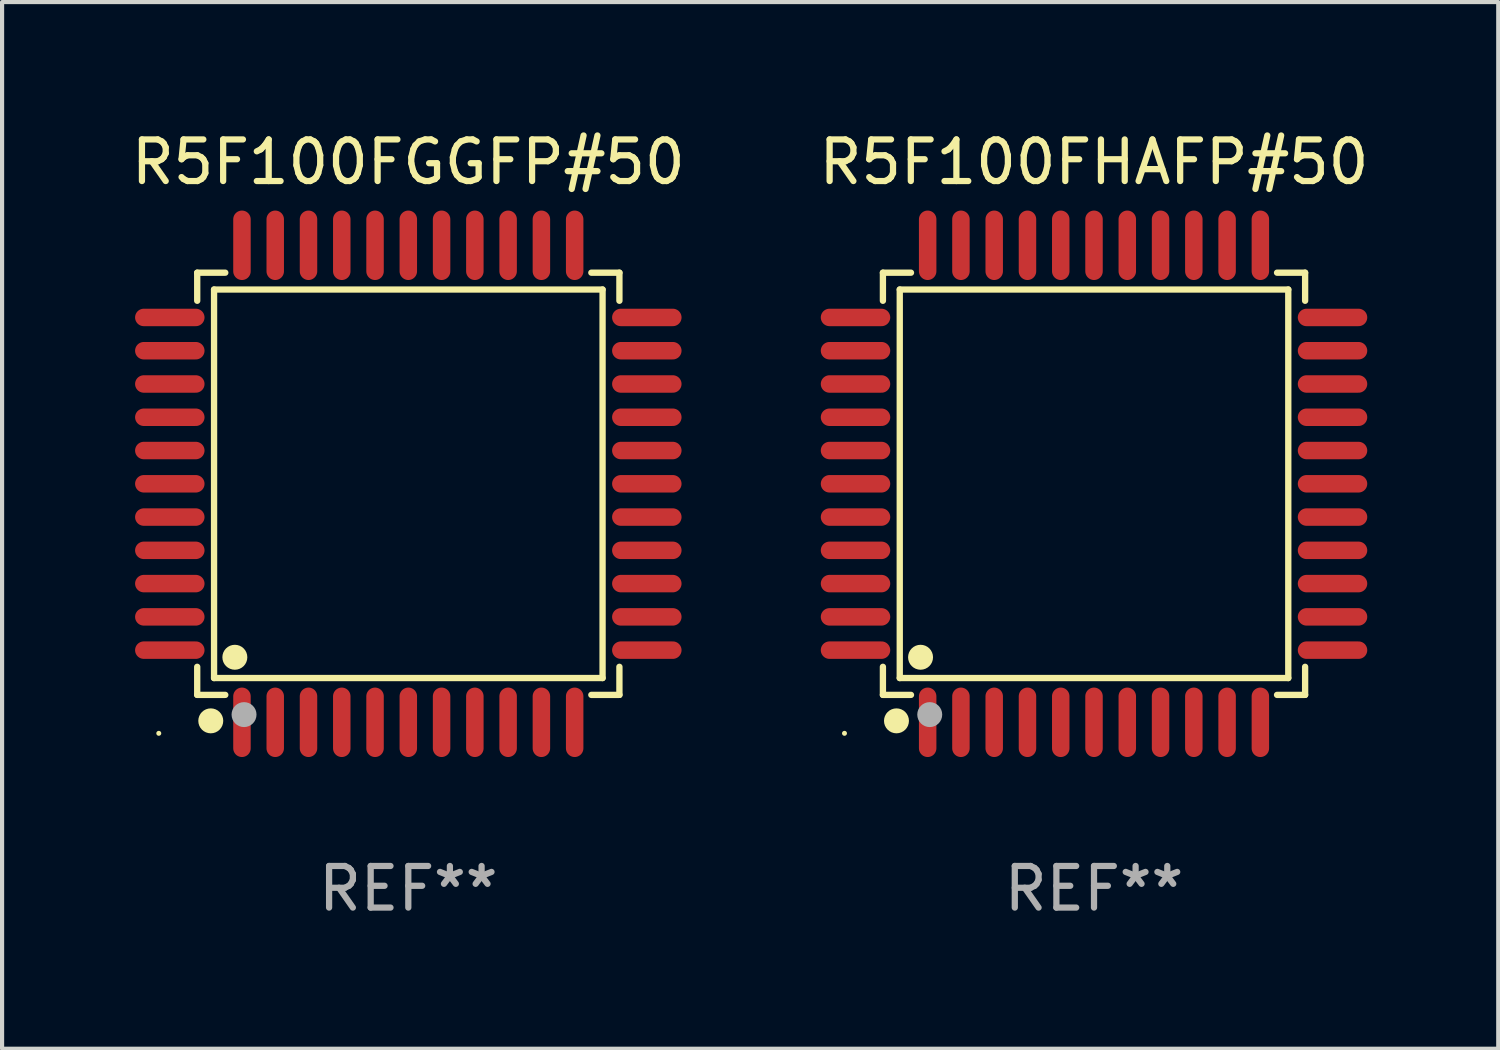
<source format=kicad_pcb>
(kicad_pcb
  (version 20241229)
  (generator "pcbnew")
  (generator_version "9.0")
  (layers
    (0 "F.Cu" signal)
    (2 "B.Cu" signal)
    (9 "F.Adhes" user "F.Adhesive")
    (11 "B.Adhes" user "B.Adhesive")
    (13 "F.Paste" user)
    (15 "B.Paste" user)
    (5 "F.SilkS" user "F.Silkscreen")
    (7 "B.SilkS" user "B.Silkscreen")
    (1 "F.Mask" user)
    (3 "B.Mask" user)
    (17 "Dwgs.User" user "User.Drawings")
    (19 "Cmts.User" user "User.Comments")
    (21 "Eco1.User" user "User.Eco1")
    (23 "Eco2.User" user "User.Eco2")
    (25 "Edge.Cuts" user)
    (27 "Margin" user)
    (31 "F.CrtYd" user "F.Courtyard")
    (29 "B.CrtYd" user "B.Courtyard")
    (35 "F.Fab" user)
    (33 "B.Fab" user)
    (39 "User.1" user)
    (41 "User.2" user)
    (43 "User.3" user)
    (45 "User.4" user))
  (footprint "R5F100FHAFP#50"
    (layer "F.Cu")
    (at 23.256 8.583)
    (property "Reference" "R5F100FHAFP#50" (at 0 -7.735 0) (layer "F.SilkS") (effects (font (size 1 1) (thickness 0.15))))
    (attr through_hole)
    (fp_line (start -5.076 -5.076) (end -4.401 -5.076) (stroke (width 0.152) (type solid)) (layer "F.SilkS"))
    (fp_line (start -5.076 -4.401) (end -5.076 -5.076) (stroke (width 0.152) (type solid)) (layer "F.SilkS"))
    (fp_line (start -5.076 4.401) (end -5.076 5.076) (stroke (width 0.152) (type solid)) (layer "F.SilkS"))
    (fp_line (start -5.076 5.076) (end -4.401 5.076) (stroke (width 0.152) (type solid)) (layer "F.SilkS"))
    (fp_line (start -4.671 -4.671) (end 4.671 -4.671) (stroke (width 0.152) (type solid)) (layer "F.SilkS"))
    (fp_line (start -4.671 4.671) (end -4.671 -4.671) (stroke (width 0.152) (type solid)) (layer "F.SilkS"))
    (fp_line (start 4.671 -4.671) (end 4.671 4.671) (stroke (width 0.152) (type solid)) (layer "F.SilkS"))
    (fp_line (start 4.671 4.671) (end -4.671 4.671) (stroke (width 0.152) (type solid)) (layer "F.SilkS"))
    (fp_line (start 5.076 -5.076) (end 4.401 -5.076) (stroke (width 0.152) (type solid)) (layer "F.SilkS"))
    (fp_line (start 5.076 -4.401) (end 5.076 -5.076) (stroke (width 0.152) (type solid)) (layer "F.SilkS"))
    (fp_line (start 5.076 4.401) (end 5.076 5.076) (stroke (width 0.152) (type solid)) (layer "F.SilkS"))
    (fp_line (start 5.076 5.076) (end 4.401 5.076) (stroke (width 0.152) (type solid)) (layer "F.SilkS"))
    (fp_circle (center -6 6) (end -5.97 6) (stroke (width 0.06) (type solid)) (fill no) (layer "F.SilkS"))
    (fp_circle (center -4.75 5.7) (end -4.6 5.7) (stroke (width 0.3) (type solid)) (fill no) (layer "F.SilkS"))
    (fp_circle (center -4.171 4.171) (end -4.021 4.171) (stroke (width 0.3) (type solid)) (fill no) (layer "F.SilkS"))
    (fp_circle (center -3.95 5.55) (end -3.8 5.55) (stroke (width 0.3) (type solid)) (fill no) (layer "F.Fab"))
    (fp_text user "REF**" (at 0 9.735 0) (layer "F.Fab") (effects (font (size 1 1) (thickness 0.15))))
    (pad "1" smd oval (at -4 5.735) (size 0.42 1.67) (layers "F.Cu" "F.Mask" "F.Paste"))
    (pad "2" smd oval (at -3.2 5.735) (size 0.42 1.67) (layers "F.Cu" "F.Mask" "F.Paste"))
    (pad "3" smd oval (at -2.4 5.735) (size 0.42 1.67) (layers "F.Cu" "F.Mask" "F.Paste"))
    (pad "4" smd oval (at -1.6 5.735) (size 0.42 1.67) (layers "F.Cu" "F.Mask" "F.Paste"))
    (pad "5" smd oval (at -0.8 5.735) (size 0.42 1.67) (layers "F.Cu" "F.Mask" "F.Paste"))
    (pad "6" smd oval (at 0 5.735) (size 0.42 1.67) (layers "F.Cu" "F.Mask" "F.Paste"))
    (pad "7" smd oval (at 0.8 5.735) (size 0.42 1.67) (layers "F.Cu" "F.Mask" "F.Paste"))
    (pad "8" smd oval (at 1.6 5.735) (size 0.42 1.67) (layers "F.Cu" "F.Mask" "F.Paste"))
    (pad "9" smd oval (at 2.4 5.735) (size 0.42 1.67) (layers "F.Cu" "F.Mask" "F.Paste"))
    (pad "10" smd oval (at 3.2 5.735) (size 0.42 1.67) (layers "F.Cu" "F.Mask" "F.Paste"))
    (pad "11" smd oval (at 4 5.735) (size 0.42 1.67) (layers "F.Cu" "F.Mask" "F.Paste"))
    (pad "12" smd oval (at 5.735 4) (size 1.67 0.42) (layers "F.Cu" "F.Mask" "F.Paste"))
    (pad "13" smd oval (at 5.735 3.2) (size 1.67 0.42) (layers "F.Cu" "F.Mask" "F.Paste"))
    (pad "14" smd oval (at 5.735 2.4) (size 1.67 0.42) (layers "F.Cu" "F.Mask" "F.Paste"))
    (pad "15" smd oval (at 5.735 1.6) (size 1.67 0.42) (layers "F.Cu" "F.Mask" "F.Paste"))
    (pad "16" smd oval (at 5.735 0.8) (size 1.67 0.42) (layers "F.Cu" "F.Mask" "F.Paste"))
    (pad "17" smd oval (at 5.735 0) (size 1.67 0.42) (layers "F.Cu" "F.Mask" "F.Paste"))
    (pad "18" smd oval (at 5.735 -0.8) (size 1.67 0.42) (layers "F.Cu" "F.Mask" "F.Paste"))
    (pad "19" smd oval (at 5.735 -1.6) (size 1.67 0.42) (layers "F.Cu" "F.Mask" "F.Paste"))
    (pad "20" smd oval (at 5.735 -2.4) (size 1.67 0.42) (layers "F.Cu" "F.Mask" "F.Paste"))
    (pad "21" smd oval (at 5.735 -3.2) (size 1.67 0.42) (layers "F.Cu" "F.Mask" "F.Paste"))
    (pad "22" smd oval (at 5.735 -4) (size 1.67 0.42) (layers "F.Cu" "F.Mask" "F.Paste"))
    (pad "23" smd oval (at 4 -5.735) (size 0.42 1.67) (layers "F.Cu" "F.Mask" "F.Paste"))
    (pad "24" smd oval (at 3.2 -5.735) (size 0.42 1.67) (layers "F.Cu" "F.Mask" "F.Paste"))
    (pad "25" smd oval (at 2.4 -5.735) (size 0.42 1.67) (layers "F.Cu" "F.Mask" "F.Paste"))
    (pad "26" smd oval (at 1.6 -5.735) (size 0.42 1.67) (layers "F.Cu" "F.Mask" "F.Paste"))
    (pad "27" smd oval (at 0.8 -5.735) (size 0.42 1.67) (layers "F.Cu" "F.Mask" "F.Paste"))
    (pad "28" smd oval (at 0 -5.735) (size 0.42 1.67) (layers "F.Cu" "F.Mask" "F.Paste"))
    (pad "29" smd oval (at -0.8 -5.735) (size 0.42 1.67) (layers "F.Cu" "F.Mask" "F.Paste"))
    (pad "30" smd oval (at -1.6 -5.735) (size 0.42 1.67) (layers "F.Cu" "F.Mask" "F.Paste"))
    (pad "31" smd oval (at -2.4 -5.735) (size 0.42 1.67) (layers "F.Cu" "F.Mask" "F.Paste"))
    (pad "32" smd oval (at -3.2 -5.735) (size 0.42 1.67) (layers "F.Cu" "F.Mask" "F.Paste"))
    (pad "33" smd oval (at -4 -5.735) (size 0.42 1.67) (layers "F.Cu" "F.Mask" "F.Paste"))
    (pad "34" smd oval (at -5.735 -4) (size 1.67 0.42) (layers "F.Cu" "F.Mask" "F.Paste"))
    (pad "35" smd oval (at -5.735 -3.2) (size 1.67 0.42) (layers "F.Cu" "F.Mask" "F.Paste"))
    (pad "36" smd oval (at -5.735 -2.4) (size 1.67 0.42) (layers "F.Cu" "F.Mask" "F.Paste"))
    (pad "37" smd oval (at -5.735 -1.6) (size 1.67 0.42) (layers "F.Cu" "F.Mask" "F.Paste"))
    (pad "38" smd oval (at -5.735 -0.8) (size 1.67 0.42) (layers "F.Cu" "F.Mask" "F.Paste"))
    (pad "39" smd oval (at -5.735 0) (size 1.67 0.42) (layers "F.Cu" "F.Mask" "F.Paste"))
    (pad "40" smd oval (at -5.735 0.8) (size 1.67 0.42) (layers "F.Cu" "F.Mask" "F.Paste"))
    (pad "41" smd oval (at -5.735 1.6) (size 1.67 0.42) (layers "F.Cu" "F.Mask" "F.Paste"))
    (pad "42" smd oval (at -5.735 2.4) (size 1.67 0.42) (layers "F.Cu" "F.Mask" "F.Paste"))
    (pad "43" smd oval (at -5.735 3.2) (size 1.67 0.42) (layers "F.Cu" "F.Mask" "F.Paste"))
    (pad "44" smd oval (at -5.735 4) (size 1.67 0.42) (layers "F.Cu" "F.Mask" "F.Paste")))
  (footprint "R5F100FGGFP#50"
    (layer "F.Cu")
    (at 6.768 8.583)
    (property "Reference" "R5F100FGGFP#50" (at 0 -7.735 0) (layer "F.SilkS") (effects (font (size 1 1) (thickness 0.15))))
    (attr through_hole)
    (fp_line (start -5.076 -5.076) (end -4.401 -5.076) (stroke (width 0.152) (type solid)) (layer "F.SilkS"))
    (fp_line (start -5.076 -4.401) (end -5.076 -5.076) (stroke (width 0.152) (type solid)) (layer "F.SilkS"))
    (fp_line (start -5.076 4.401) (end -5.076 5.076) (stroke (width 0.152) (type solid)) (layer "F.SilkS"))
    (fp_line (start -5.076 5.076) (end -4.401 5.076) (stroke (width 0.152) (type solid)) (layer "F.SilkS"))
    (fp_line (start -4.671 -4.671) (end 4.671 -4.671) (stroke (width 0.152) (type solid)) (layer "F.SilkS"))
    (fp_line (start -4.671 4.671) (end -4.671 -4.671) (stroke (width 0.152) (type solid)) (layer "F.SilkS"))
    (fp_line (start 4.671 -4.671) (end 4.671 4.671) (stroke (width 0.152) (type solid)) (layer "F.SilkS"))
    (fp_line (start 4.671 4.671) (end -4.671 4.671) (stroke (width 0.152) (type solid)) (layer "F.SilkS"))
    (fp_line (start 5.076 -5.076) (end 4.401 -5.076) (stroke (width 0.152) (type solid)) (layer "F.SilkS"))
    (fp_line (start 5.076 -4.401) (end 5.076 -5.076) (stroke (width 0.152) (type solid)) (layer "F.SilkS"))
    (fp_line (start 5.076 4.401) (end 5.076 5.076) (stroke (width 0.152) (type solid)) (layer "F.SilkS"))
    (fp_line (start 5.076 5.076) (end 4.401 5.076) (stroke (width 0.152) (type solid)) (layer "F.SilkS"))
    (fp_circle (center -6 6) (end -5.97 6) (stroke (width 0.06) (type solid)) (fill no) (layer "F.SilkS"))
    (fp_circle (center -4.75 5.7) (end -4.6 5.7) (stroke (width 0.3) (type solid)) (fill no) (layer "F.SilkS"))
    (fp_circle (center -4.171 4.171) (end -4.021 4.171) (stroke (width 0.3) (type solid)) (fill no) (layer "F.SilkS"))
    (fp_circle (center -3.95 5.55) (end -3.8 5.55) (stroke (width 0.3) (type solid)) (fill no) (layer "F.Fab"))
    (fp_text user "REF**" (at 0 9.735 0) (layer "F.Fab") (effects (font (size 1 1) (thickness 0.15))))
    (pad "1" smd oval (at -4 5.735) (size 0.42 1.67) (layers "F.Cu" "F.Mask" "F.Paste"))
    (pad "2" smd oval (at -3.2 5.735) (size 0.42 1.67) (layers "F.Cu" "F.Mask" "F.Paste"))
    (pad "3" smd oval (at -2.4 5.735) (size 0.42 1.67) (layers "F.Cu" "F.Mask" "F.Paste"))
    (pad "4" smd oval (at -1.6 5.735) (size 0.42 1.67) (layers "F.Cu" "F.Mask" "F.Paste"))
    (pad "5" smd oval (at -0.8 5.735) (size 0.42 1.67) (layers "F.Cu" "F.Mask" "F.Paste"))
    (pad "6" smd oval (at 0 5.735) (size 0.42 1.67) (layers "F.Cu" "F.Mask" "F.Paste"))
    (pad "7" smd oval (at 0.8 5.735) (size 0.42 1.67) (layers "F.Cu" "F.Mask" "F.Paste"))
    (pad "8" smd oval (at 1.6 5.735) (size 0.42 1.67) (layers "F.Cu" "F.Mask" "F.Paste"))
    (pad "9" smd oval (at 2.4 5.735) (size 0.42 1.67) (layers "F.Cu" "F.Mask" "F.Paste"))
    (pad "10" smd oval (at 3.2 5.735) (size 0.42 1.67) (layers "F.Cu" "F.Mask" "F.Paste"))
    (pad "11" smd oval (at 4 5.735) (size 0.42 1.67) (layers "F.Cu" "F.Mask" "F.Paste"))
    (pad "12" smd oval (at 5.735 4) (size 1.67 0.42) (layers "F.Cu" "F.Mask" "F.Paste"))
    (pad "13" smd oval (at 5.735 3.2) (size 1.67 0.42) (layers "F.Cu" "F.Mask" "F.Paste"))
    (pad "14" smd oval (at 5.735 2.4) (size 1.67 0.42) (layers "F.Cu" "F.Mask" "F.Paste"))
    (pad "15" smd oval (at 5.735 1.6) (size 1.67 0.42) (layers "F.Cu" "F.Mask" "F.Paste"))
    (pad "16" smd oval (at 5.735 0.8) (size 1.67 0.42) (layers "F.Cu" "F.Mask" "F.Paste"))
    (pad "17" smd oval (at 5.735 0) (size 1.67 0.42) (layers "F.Cu" "F.Mask" "F.Paste"))
    (pad "18" smd oval (at 5.735 -0.8) (size 1.67 0.42) (layers "F.Cu" "F.Mask" "F.Paste"))
    (pad "19" smd oval (at 5.735 -1.6) (size 1.67 0.42) (layers "F.Cu" "F.Mask" "F.Paste"))
    (pad "20" smd oval (at 5.735 -2.4) (size 1.67 0.42) (layers "F.Cu" "F.Mask" "F.Paste"))
    (pad "21" smd oval (at 5.735 -3.2) (size 1.67 0.42) (layers "F.Cu" "F.Mask" "F.Paste"))
    (pad "22" smd oval (at 5.735 -4) (size 1.67 0.42) (layers "F.Cu" "F.Mask" "F.Paste"))
    (pad "23" smd oval (at 4 -5.735) (size 0.42 1.67) (layers "F.Cu" "F.Mask" "F.Paste"))
    (pad "24" smd oval (at 3.2 -5.735) (size 0.42 1.67) (layers "F.Cu" "F.Mask" "F.Paste"))
    (pad "25" smd oval (at 2.4 -5.735) (size 0.42 1.67) (layers "F.Cu" "F.Mask" "F.Paste"))
    (pad "26" smd oval (at 1.6 -5.735) (size 0.42 1.67) (layers "F.Cu" "F.Mask" "F.Paste"))
    (pad "27" smd oval (at 0.8 -5.735) (size 0.42 1.67) (layers "F.Cu" "F.Mask" "F.Paste"))
    (pad "28" smd oval (at 0 -5.735) (size 0.42 1.67) (layers "F.Cu" "F.Mask" "F.Paste"))
    (pad "29" smd oval (at -0.8 -5.735) (size 0.42 1.67) (layers "F.Cu" "F.Mask" "F.Paste"))
    (pad "30" smd oval (at -1.6 -5.735) (size 0.42 1.67) (layers "F.Cu" "F.Mask" "F.Paste"))
    (pad "31" smd oval (at -2.4 -5.735) (size 0.42 1.67) (layers "F.Cu" "F.Mask" "F.Paste"))
    (pad "32" smd oval (at -3.2 -5.735) (size 0.42 1.67) (layers "F.Cu" "F.Mask" "F.Paste"))
    (pad "33" smd oval (at -4 -5.735) (size 0.42 1.67) (layers "F.Cu" "F.Mask" "F.Paste"))
    (pad "34" smd oval (at -5.735 -4) (size 1.67 0.42) (layers "F.Cu" "F.Mask" "F.Paste"))
    (pad "35" smd oval (at -5.735 -3.2) (size 1.67 0.42) (layers "F.Cu" "F.Mask" "F.Paste"))
    (pad "36" smd oval (at -5.735 -2.4) (size 1.67 0.42) (layers "F.Cu" "F.Mask" "F.Paste"))
    (pad "37" smd oval (at -5.735 -1.6) (size 1.67 0.42) (layers "F.Cu" "F.Mask" "F.Paste"))
    (pad "38" smd oval (at -5.735 -0.8) (size 1.67 0.42) (layers "F.Cu" "F.Mask" "F.Paste"))
    (pad "39" smd oval (at -5.735 0) (size 1.67 0.42) (layers "F.Cu" "F.Mask" "F.Paste"))
    (pad "40" smd oval (at -5.735 0.8) (size 1.67 0.42) (layers "F.Cu" "F.Mask" "F.Paste"))
    (pad "41" smd oval (at -5.735 1.6) (size 1.67 0.42) (layers "F.Cu" "F.Mask" "F.Paste"))
    (pad "42" smd oval (at -5.735 2.4) (size 1.67 0.42) (layers "F.Cu" "F.Mask" "F.Paste"))
    (pad "43" smd oval (at -5.735 3.2) (size 1.67 0.42) (layers "F.Cu" "F.Mask" "F.Paste"))
    (pad "44" smd oval (at -5.735 4) (size 1.67 0.42) (layers "F.Cu" "F.Mask" "F.Paste")))
  (gr_rect
    (start -3 -3)
    (end 32.976 22.167)
    (stroke (width 0.1) (type default))
    (fill no)
    (layer "Edge.Cuts")))
</source>
